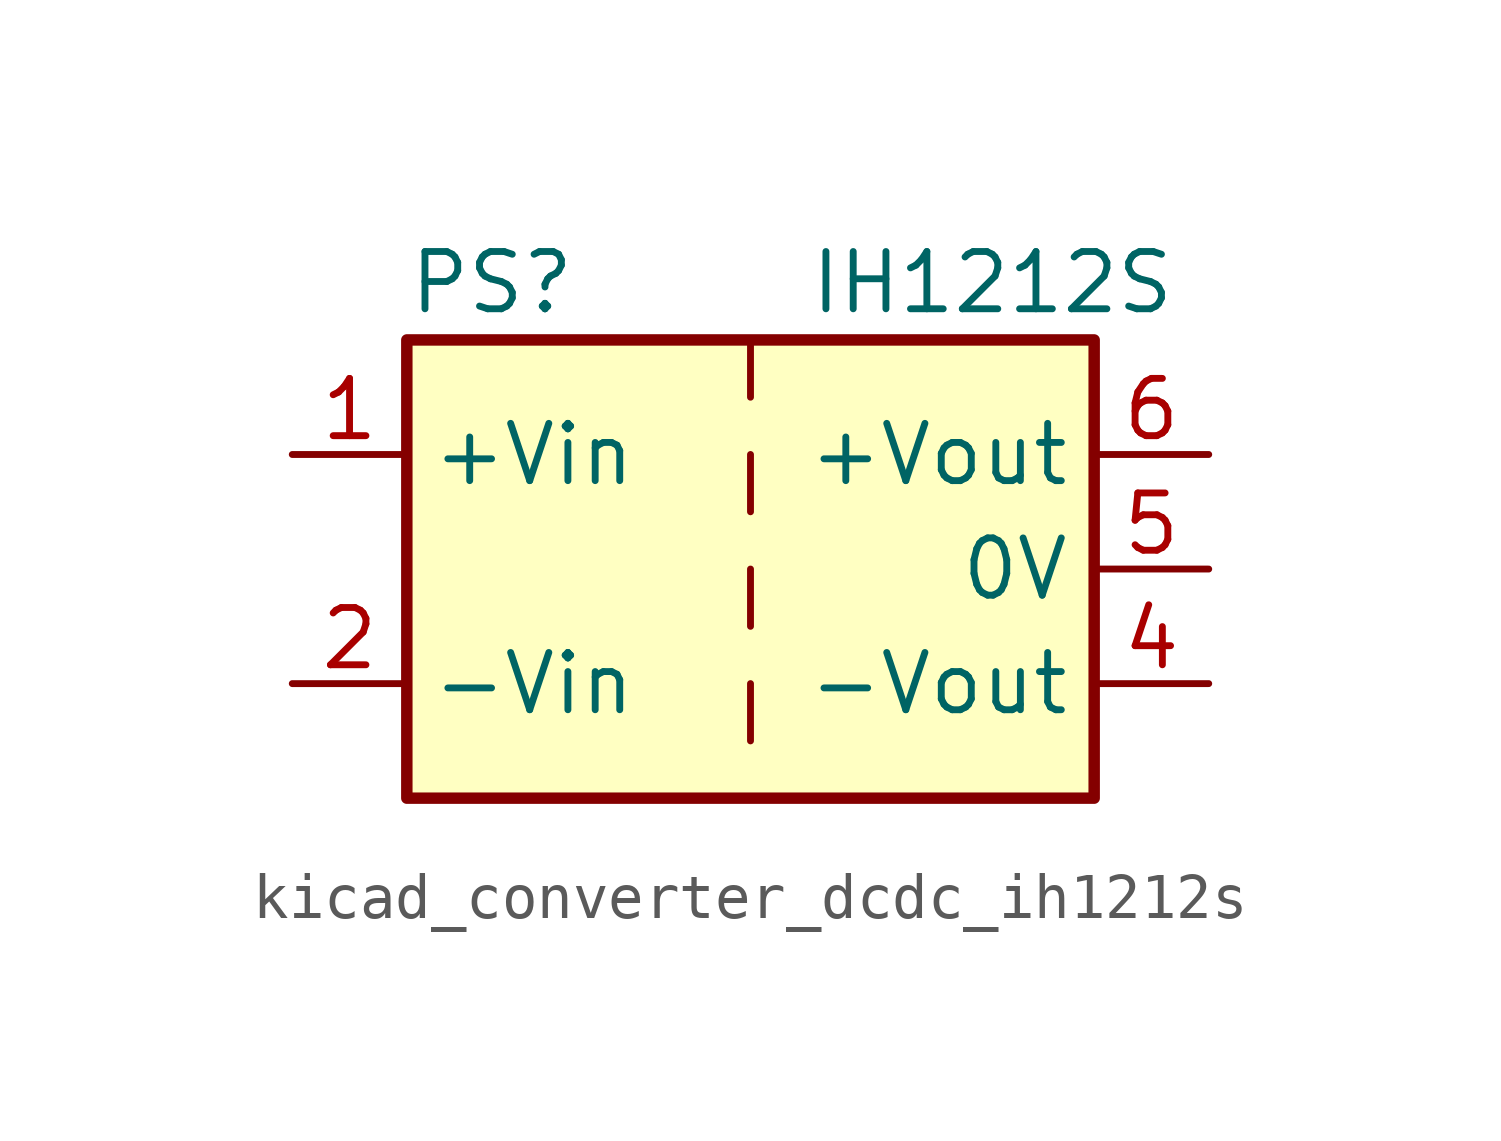
<source format=kicad_sym>
(kicad_symbol_lib
  (version 20220914)
  (generator kicad_symbol_editor)
  (symbol "kicad_converter_dcdc_ih1212s"
    (property "Reference" "PS"
      (at -7.62 6.35 0)
      (effects (font (size 1.27 1.27)) (justify left)))
    (property "Value" "IH1212S"
      (at 1.27 6.35 0)
      (effects (font (size 1.27 1.27)) (justify left)))
    (symbol "kicad_converter_dcdc_ih1212s_0_0"
      (pin power_in line (at -10.16 2.54 0) (length 2.54) (name "+Vin" (effects (font (size 1.27 1.27)))) (number "1" (effects (font (size 1.27 1.27)))))
      (pin power_in line (at -10.16 -2.54 0) (length 2.54) (name "-Vin" (effects (font (size 1.27 1.27)))) (number "2" (effects (font (size 1.27 1.27)))))
      (pin power_out line (at 10.16 -2.54 180) (length 2.54) (name "-Vout" (effects (font (size 1.27 1.27)))) (number "4" (effects (font (size 1.27 1.27)))))
      (pin power_out line (at 10.16 0 180) (length 2.54) (name "0V" (effects (font (size 1.27 1.27)))) (number "5" (effects (font (size 1.27 1.27)))))
      (pin power_out line (at 10.16 2.54 180) (length 2.54) (name "+Vout" (effects (font (size 1.27 1.27)))) (number "6" (effects (font (size 1.27 1.27))))))
    (symbol "kicad_converter_dcdc_ih1212s_0_1"
      (rectangle (start -7.62 5.08) (end 7.62 -5.08) (stroke (width 0.254) (type default)) (fill (type background)))
      (polyline (pts (xy 0 -2.54) (xy 0 -3.81)) (stroke (width 0) (type default)) (fill (type none)))
      (polyline (pts (xy 0 0) (xy 0 -1.27)) (stroke (width 0) (type default)) (fill (type none)))
      (polyline (pts (xy 0 2.54) (xy 0 1.27)) (stroke (width 0) (type default)) (fill (type none)))
      (polyline (pts (xy 0 5.08) (xy 0 3.81)) (stroke (width 0) (type default)) (fill (type none))))))
</source>
